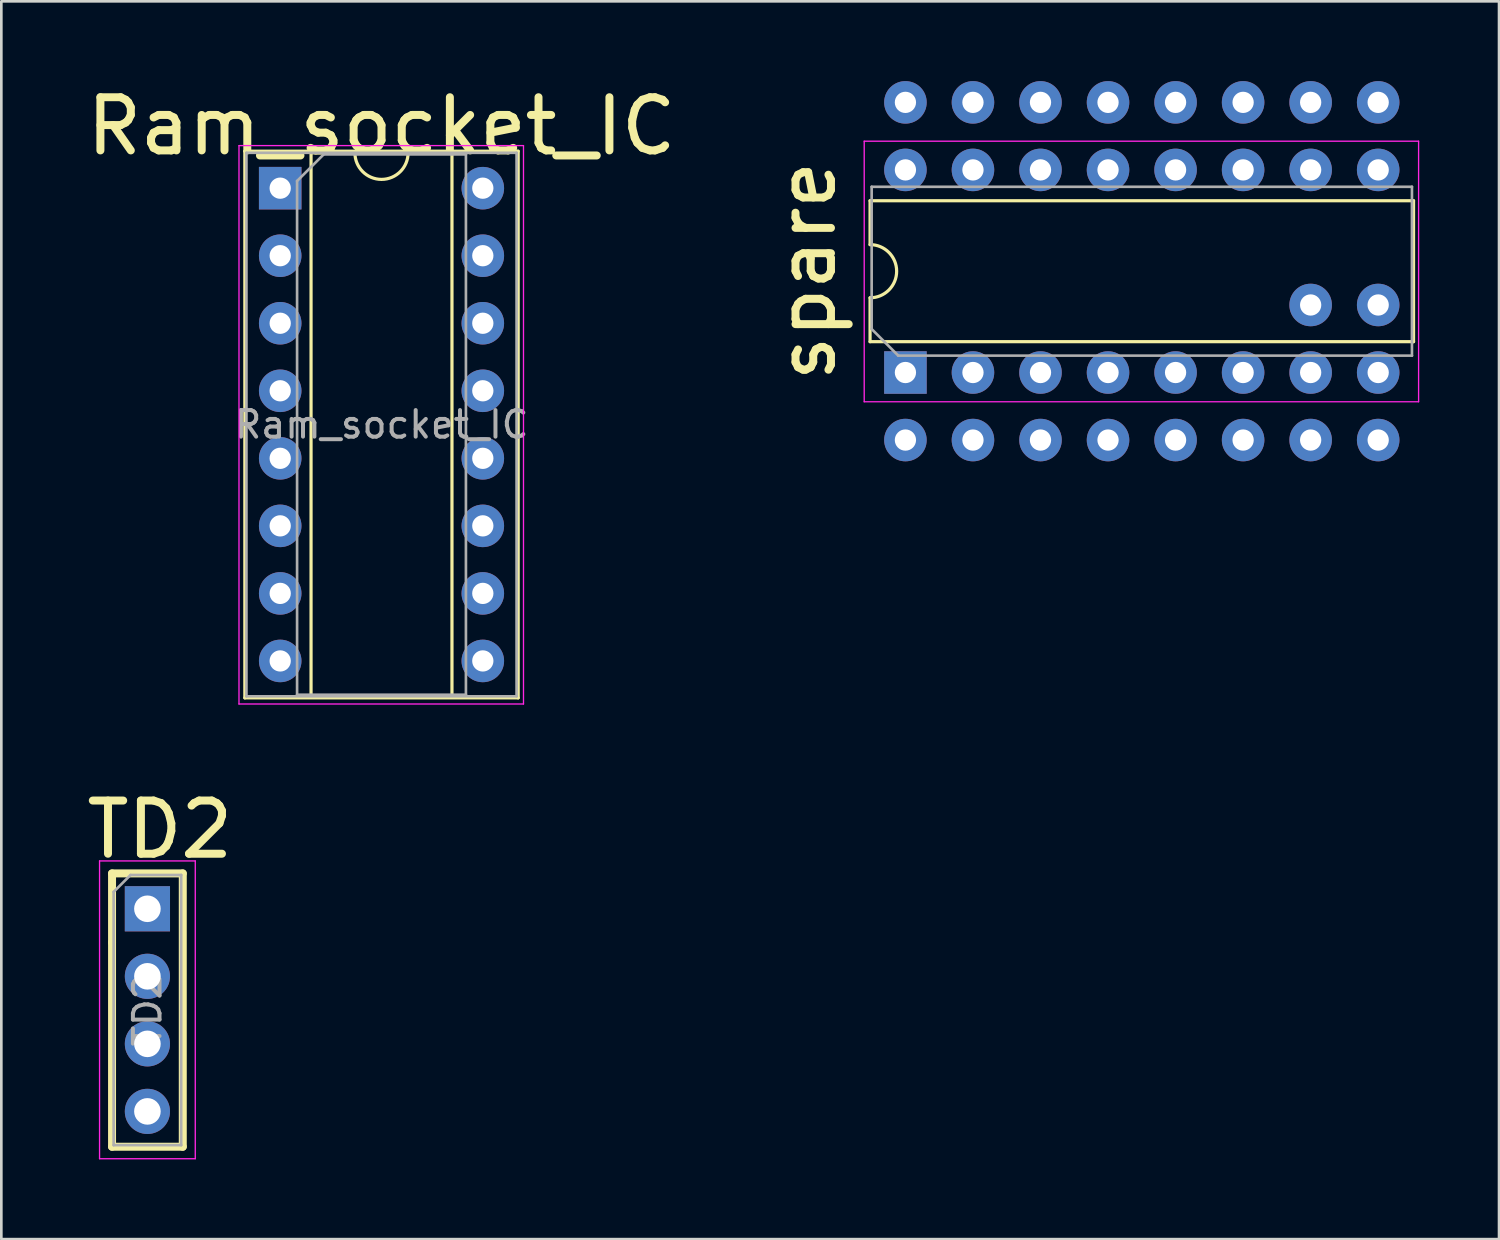
<source format=kicad_pcb>
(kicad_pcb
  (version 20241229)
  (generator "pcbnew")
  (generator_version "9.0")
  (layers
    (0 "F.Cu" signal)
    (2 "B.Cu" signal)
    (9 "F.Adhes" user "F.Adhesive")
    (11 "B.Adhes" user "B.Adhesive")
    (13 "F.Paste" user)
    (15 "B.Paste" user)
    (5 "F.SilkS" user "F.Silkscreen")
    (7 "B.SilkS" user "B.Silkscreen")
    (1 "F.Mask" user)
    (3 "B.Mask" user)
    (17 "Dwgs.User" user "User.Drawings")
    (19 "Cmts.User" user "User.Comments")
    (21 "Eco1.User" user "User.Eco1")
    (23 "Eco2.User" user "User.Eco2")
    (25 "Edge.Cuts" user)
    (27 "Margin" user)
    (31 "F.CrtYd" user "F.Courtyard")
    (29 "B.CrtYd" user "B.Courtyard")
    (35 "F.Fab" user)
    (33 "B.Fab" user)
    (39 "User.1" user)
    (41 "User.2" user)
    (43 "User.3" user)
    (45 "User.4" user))
  (footprint "TD2"
    (layer "F.Cu")
    (at 2.494 31.128)
    (property "Reference" "TD2" (at 0.47 -2.98 180) (layer "F.SilkS") (effects (font (size 2 2) (thickness 0.3))))
    (attr through_hole)
    (fp_line (start -1.33 -1.33) (end 1.33 -1.33) (stroke (width 0.3) (type solid)) (layer "F.SilkS"))
    (fp_line (start -1.33 1.27) (end -1.33 -1.33) (stroke (width 0.3) (type solid)) (layer "F.SilkS"))
    (fp_line (start -1.33 1.27) (end -1.33 8.95) (stroke (width 0.3) (type solid)) (layer "F.SilkS"))
    (fp_line (start -1.33 8.95) (end 1.33 8.95) (stroke (width 0.3) (type solid)) (layer "F.SilkS"))
    (fp_line (start 1.33 -1.33) (end 1.33 8.95) (stroke (width 0.3) (type solid)) (layer "F.SilkS"))
    (fp_line (start -1.8 -1.8) (end -1.8 9.4) (stroke (width 0.05) (type solid)) (layer "F.CrtYd"))
    (fp_line (start -1.8 9.4) (end 1.8 9.4) (stroke (width 0.05) (type solid)) (layer "F.CrtYd"))
    (fp_line (start 1.8 -1.8) (end -1.8 -1.8) (stroke (width 0.05) (type solid)) (layer "F.CrtYd"))
    (fp_line (start 1.8 9.4) (end 1.8 -1.8) (stroke (width 0.05) (type solid)) (layer "F.CrtYd"))
    (fp_line (start -1.27 -0.635) (end -0.635 -1.27) (stroke (width 0.1) (type solid)) (layer "F.Fab"))
    (fp_line (start -1.27 8.89) (end -1.27 -0.635) (stroke (width 0.1) (type solid)) (layer "F.Fab"))
    (fp_line (start -0.635 -1.27) (end 1.27 -1.27) (stroke (width 0.1) (type solid)) (layer "F.Fab"))
    (fp_line (start 1.27 -1.27) (end 1.27 8.89) (stroke (width 0.1) (type solid)) (layer "F.Fab"))
    (fp_line (start 1.27 8.89) (end -1.27 8.89) (stroke (width 0.1) (type solid)) (layer "F.Fab"))
    (fp_text user "${REFERENCE}" (at 0 3.81 270) (layer "F.Fab") (effects (font (size 1 1) (thickness 0.15))))
    (pad "1" thru_hole rect (at 0 0) (size 1.7 1.7) (drill 1) (layers "*.Cu" "*.Mask"))
    (pad "2" thru_hole oval (at 0 2.54) (size 1.7 1.7) (drill 1) (layers "*.Cu" "*.Mask"))
    (pad "3" thru_hole oval (at 0 5.08) (size 1.7 1.7) (drill 1) (layers "*.Cu" "*.Mask"))
    (pad "4" thru_hole oval (at 0 7.62) (size 1.7 1.7) (drill 1) (layers "*.Cu" "*.Mask")))
  (footprint "spare"
    (layer "F.Cu")
    (at 31.002 10.96)
    (property "Reference" "spare" (at -3.71 -3.82 90) (layer "F.SilkS") (effects (font (size 2 2) (thickness 0.3))))
    (attr through_hole)
    (fp_line (start -1.33 -6.46) (end -1.33 -4.81) (stroke (width 0.12) (type solid)) (layer "F.SilkS"))
    (fp_line (start -1.33 -2.81) (end -1.33 -1.16) (stroke (width 0.12) (type solid)) (layer "F.SilkS"))
    (fp_line (start -1.33 -1.16) (end 19.11 -1.16) (stroke (width 0.12) (type solid)) (layer "F.SilkS"))
    (fp_line (start 19.11 -6.46) (end -1.33 -6.46) (stroke (width 0.12) (type solid)) (layer "F.SilkS"))
    (fp_line (start 19.11 -1.16) (end 19.11 -6.46) (stroke (width 0.12) (type solid)) (layer "F.SilkS"))
    (fp_arc (start -1.33 -4.81) (mid -0.33 -3.81) (end -1.33 -2.81) (stroke (width 0.12) (type solid)) (layer "F.SilkS"))
    (fp_line (start -1.55 -8.7) (end -1.55 1.1) (stroke (width 0.05) (type solid)) (layer "F.CrtYd"))
    (fp_line (start -1.55 1.1) (end 19.3 1.1) (stroke (width 0.05) (type solid)) (layer "F.CrtYd"))
    (fp_line (start 19.3 -8.7) (end -1.55 -8.7) (stroke (width 0.05) (type solid)) (layer "F.CrtYd"))
    (fp_line (start 19.3 1.1) (end 19.3 -8.7) (stroke (width 0.05) (type solid)) (layer "F.CrtYd"))
    (fp_line (start -1.27 -6.985) (end 19.05 -6.985) (stroke (width 0.1) (type solid)) (layer "F.Fab"))
    (fp_line (start -1.27 -1.635) (end -1.27 -6.985) (stroke (width 0.1) (type solid)) (layer "F.Fab"))
    (fp_line (start -0.27 -0.635) (end -1.27 -1.635) (stroke (width 0.1) (type solid)) (layer "F.Fab"))
    (fp_line (start 19.05 -6.985) (end 19.05 -0.635) (stroke (width 0.1) (type solid)) (layer "F.Fab"))
    (fp_line (start 19.05 -0.635) (end -0.27 -0.635) (stroke (width 0.1) (type solid)) (layer "F.Fab"))
    (pad "1" thru_hole rect (at 0 0 90) (size 1.6 1.6) (drill 0.8) (layers "*.Cu" "*.Mask"))
    (pad "2" thru_hole oval (at 2.54 0 90) (size 1.6 1.6) (drill 0.8) (layers "*.Cu" "*.Mask"))
    (pad "3" thru_hole oval (at 5.08 0 90) (size 1.6 1.6) (drill 0.8) (layers "*.Cu" "*.Mask"))
    (pad "4" thru_hole oval (at 7.62 0 90) (size 1.6 1.6) (drill 0.8) (layers "*.Cu" "*.Mask"))
    (pad "5" thru_hole oval (at 10.16 0 90) (size 1.6 1.6) (drill 0.8) (layers "*.Cu" "*.Mask"))
    (pad "6" thru_hole oval (at 12.7 0 90) (size 1.6 1.6) (drill 0.8) (layers "*.Cu" "*.Mask"))
    (pad "7" thru_hole oval (at 15.24 0 90) (size 1.6 1.6) (drill 0.8) (layers "*.Cu" "*.Mask"))
    (pad "8" thru_hole oval (at 17.78 0 90) (size 1.6 1.6) (drill 0.8) (layers "*.Cu" "*.Mask"))
    (pad "9" thru_hole oval (at 17.78 -7.62 90) (size 1.6 1.6) (drill 0.8) (layers "*.Cu" "*.Mask"))
    (pad "10" thru_hole oval (at 15.24 -7.62 90) (size 1.6 1.6) (drill 0.8) (layers "*.Cu" "*.Mask"))
    (pad "11" thru_hole oval (at 12.7 -7.62 90) (size 1.6 1.6) (drill 0.8) (layers "*.Cu" "*.Mask"))
    (pad "12" thru_hole oval (at 10.16 -7.62 90) (size 1.6 1.6) (drill 0.8) (layers "*.Cu" "*.Mask"))
    (pad "13" thru_hole oval (at 7.62 -7.62 90) (size 1.6 1.6) (drill 0.8) (layers "*.Cu" "*.Mask"))
    (pad "14" thru_hole oval (at 5.08 -7.62 90) (size 1.6 1.6) (drill 0.8) (layers "*.Cu" "*.Mask"))
    (pad "15" thru_hole oval (at 2.54 -7.62 90) (size 1.6 1.6) (drill 0.8) (layers "*.Cu" "*.Mask"))
    (pad "16" thru_hole oval (at 0 -7.62 90) (size 1.6 1.6) (drill 0.8) (layers "*.Cu" "*.Mask"))
    (pad "17" thru_hole circle (at 0 2.54 90) (size 1.6 1.6) (drill 0.8) (layers "*.Cu" "*.Mask"))
    (pad "18" thru_hole circle (at 2.54 2.54 90) (size 1.6 1.6) (drill 0.8) (layers "*.Cu" "*.Mask"))
    (pad "19" thru_hole circle (at 5.08 2.54 90) (size 1.6 1.6) (drill 0.8) (layers "*.Cu" "*.Mask"))
    (pad "20" thru_hole circle (at 7.62 2.54 90) (size 1.6 1.6) (drill 0.8) (layers "*.Cu" "*.Mask"))
    (pad "21" thru_hole circle (at 10.16 2.54 90) (size 1.6 1.6) (drill 0.8) (layers "*.Cu" "*.Mask"))
    (pad "22" thru_hole circle (at 12.7 2.54 90) (size 1.6 1.6) (drill 0.8) (layers "*.Cu" "*.Mask"))
    (pad "23" thru_hole circle (at 15.24 2.54 90) (size 1.6 1.6) (drill 0.8) (layers "*.Cu" "*.Mask"))
    (pad "24" thru_hole circle (at 17.78 2.54 90) (size 1.6 1.6) (drill 0.8) (layers "*.Cu" "*.Mask"))
    (pad "25" thru_hole oval (at 17.78 -10.16 90) (size 1.6 1.6) (drill 0.8) (layers "*.Cu" "*.Mask"))
    (pad "26" thru_hole oval (at 15.24 -10.16 90) (size 1.6 1.6) (drill 0.8) (layers "*.Cu" "*.Mask"))
    (pad "27" thru_hole oval (at 12.7 -10.16 90) (size 1.6 1.6) (drill 0.8) (layers "*.Cu" "*.Mask"))
    (pad "28" thru_hole oval (at 10.16 -10.16 90) (size 1.6 1.6) (drill 0.8) (layers "*.Cu" "*.Mask"))
    (pad "29" thru_hole oval (at 7.62 -10.16 90) (size 1.6 1.6) (drill 0.8) (layers "*.Cu" "*.Mask"))
    (pad "30" thru_hole oval (at 5.08 -10.16 90) (size 1.6 1.6) (drill 0.8) (layers "*.Cu" "*.Mask"))
    (pad "31" thru_hole oval (at 2.54 -10.16 90) (size 1.6 1.6) (drill 0.8) (layers "*.Cu" "*.Mask"))
    (pad "32" thru_hole oval (at 0 -10.16 90) (size 1.6 1.6) (drill 0.8) (layers "*.Cu" "*.Mask"))
    (pad "33" thru_hole oval (at 15.24 -2.54 90) (size 1.6 1.6) (drill 0.8) (layers "*.Cu" "*.Mask"))
    (pad "34" thru_hole oval (at 17.78 -2.54 90) (size 1.6 1.6) (drill 0.8) (layers "*.Cu" "*.Mask")))
  (footprint "Ram_socket_IC"
    (layer "F.Cu")
    (at 7.488 4.027)
    (property "Reference" "Ram_socket_IC" (at 3.81 -2.33 0) (layer "F.SilkS") (effects (font (size 2 2) (thickness 0.3))))
    (attr through_hole)
    (fp_line (start -1.33 -1.39) (end -1.33 19.17) (stroke (width 0.12) (type solid)) (layer "F.SilkS"))
    (fp_line (start -1.33 19.17) (end 8.95 19.17) (stroke (width 0.12) (type solid)) (layer "F.SilkS"))
    (fp_line (start 1.16 -1.33) (end 1.16 19.11) (stroke (width 0.12) (type solid)) (layer "F.SilkS"))
    (fp_line (start 1.16 19.11) (end 6.46 19.11) (stroke (width 0.12) (type solid)) (layer "F.SilkS"))
    (fp_line (start 2.81 -1.33) (end 1.16 -1.33) (stroke (width 0.12) (type solid)) (layer "F.SilkS"))
    (fp_line (start 6.46 -1.33) (end 4.81 -1.33) (stroke (width 0.12) (type solid)) (layer "F.SilkS"))
    (fp_line (start 6.46 19.11) (end 6.46 -1.33) (stroke (width 0.12) (type solid)) (layer "F.SilkS"))
    (fp_line (start 8.95 -1.39) (end -1.33 -1.39) (stroke (width 0.12) (type solid)) (layer "F.SilkS"))
    (fp_line (start 8.95 19.17) (end 8.95 -1.39) (stroke (width 0.12) (type solid)) (layer "F.SilkS"))
    (fp_arc (start 4.81 -1.33) (mid 3.81 -0.33) (end 2.81 -1.33) (stroke (width 0.12) (type solid)) (layer "F.SilkS"))
    (fp_line (start -1.55 -1.6) (end -1.55 19.4) (stroke (width 0.05) (type solid)) (layer "F.CrtYd"))
    (fp_line (start -1.55 19.4) (end 9.15 19.4) (stroke (width 0.05) (type solid)) (layer "F.CrtYd"))
    (fp_line (start 9.15 -1.6) (end -1.55 -1.6) (stroke (width 0.05) (type solid)) (layer "F.CrtYd"))
    (fp_line (start 9.15 19.4) (end 9.15 -1.6) (stroke (width 0.05) (type solid)) (layer "F.CrtYd"))
    (fp_line (start -1.27 -1.33) (end -1.27 19.11) (stroke (width 0.1) (type solid)) (layer "F.Fab"))
    (fp_line (start -1.27 19.11) (end 8.89 19.11) (stroke (width 0.1) (type solid)) (layer "F.Fab"))
    (fp_line (start 0.635 -0.27) (end 1.635 -1.27) (stroke (width 0.1) (type solid)) (layer "F.Fab"))
    (fp_line (start 0.635 19.05) (end 0.635 -0.27) (stroke (width 0.1) (type solid)) (layer "F.Fab"))
    (fp_line (start 1.635 -1.27) (end 6.985 -1.27) (stroke (width 0.1) (type solid)) (layer "F.Fab"))
    (fp_line (start 6.985 -1.27) (end 6.985 19.05) (stroke (width 0.1) (type solid)) (layer "F.Fab"))
    (fp_line (start 6.985 19.05) (end 0.635 19.05) (stroke (width 0.1) (type solid)) (layer "F.Fab"))
    (fp_line (start 8.89 -1.33) (end -1.27 -1.33) (stroke (width 0.1) (type solid)) (layer "F.Fab"))
    (fp_line (start 8.89 19.11) (end 8.89 -1.33) (stroke (width 0.1) (type solid)) (layer "F.Fab"))
    (fp_text user "${REFERENCE}" (at 3.81 8.89 0) (layer "F.Fab") (effects (font (size 1 1) (thickness 0.15))))
    (pad "1" thru_hole rect (at 0 0) (size 1.6 1.6) (drill 0.8) (layers "*.Cu" "*.Mask"))
    (pad "2" thru_hole oval (at 0 2.54) (size 1.6 1.6) (drill 0.8) (layers "*.Cu" "*.Mask"))
    (pad "3" thru_hole oval (at 0 5.08) (size 1.6 1.6) (drill 0.8) (layers "*.Cu" "*.Mask"))
    (pad "4" thru_hole oval (at 0 7.62) (size 1.6 1.6) (drill 0.8) (layers "*.Cu" "*.Mask"))
    (pad "5" thru_hole oval (at 0 10.16) (size 1.6 1.6) (drill 0.8) (layers "*.Cu" "*.Mask"))
    (pad "6" thru_hole oval (at 0 12.7) (size 1.6 1.6) (drill 0.8) (layers "*.Cu" "*.Mask"))
    (pad "7" thru_hole oval (at 0 15.24) (size 1.6 1.6) (drill 0.8) (layers "*.Cu" "*.Mask"))
    (pad "8" thru_hole oval (at 0 17.78) (size 1.6 1.6) (drill 0.8) (layers "*.Cu" "*.Mask"))
    (pad "9" thru_hole oval (at 7.62 17.78) (size 1.6 1.6) (drill 0.8) (layers "*.Cu" "*.Mask"))
    (pad "10" thru_hole oval (at 7.62 15.24) (size 1.6 1.6) (drill 0.8) (layers "*.Cu" "*.Mask"))
    (pad "11" thru_hole oval (at 7.62 12.7) (size 1.6 1.6) (drill 0.8) (layers "*.Cu" "*.Mask"))
    (pad "12" thru_hole oval (at 7.62 10.16) (size 1.6 1.6) (drill 0.8) (layers "*.Cu" "*.Mask"))
    (pad "13" thru_hole oval (at 7.62 7.62) (size 1.6 1.6) (drill 0.8) (layers "*.Cu" "*.Mask"))
    (pad "14" thru_hole oval (at 7.62 5.08) (size 1.6 1.6) (drill 0.8) (layers "*.Cu" "*.Mask"))
    (pad "15" thru_hole oval (at 7.62 2.54) (size 1.6 1.6) (drill 0.8) (layers "*.Cu" "*.Mask"))
    (pad "16" thru_hole oval (at 7.62 0) (size 1.6 1.6) (drill 0.8) (layers "*.Cu" "*.Mask")))
  (gr_rect
    (start -3 -3)
    (end 53.327 43.553)
    (stroke (width 0.1) (type default))
    (fill no)
    (layer "Edge.Cuts")))
</source>
